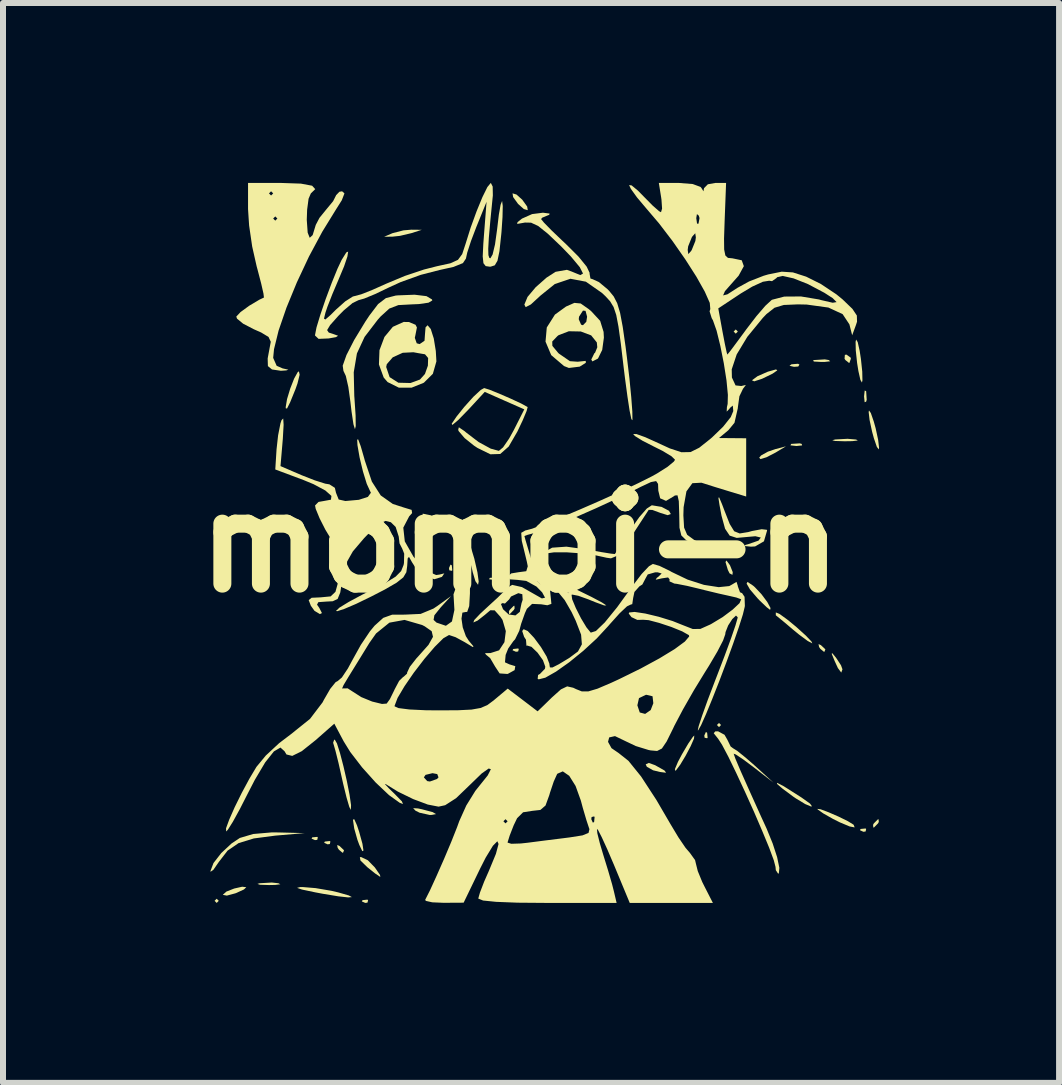
<source format=kicad_pcb>
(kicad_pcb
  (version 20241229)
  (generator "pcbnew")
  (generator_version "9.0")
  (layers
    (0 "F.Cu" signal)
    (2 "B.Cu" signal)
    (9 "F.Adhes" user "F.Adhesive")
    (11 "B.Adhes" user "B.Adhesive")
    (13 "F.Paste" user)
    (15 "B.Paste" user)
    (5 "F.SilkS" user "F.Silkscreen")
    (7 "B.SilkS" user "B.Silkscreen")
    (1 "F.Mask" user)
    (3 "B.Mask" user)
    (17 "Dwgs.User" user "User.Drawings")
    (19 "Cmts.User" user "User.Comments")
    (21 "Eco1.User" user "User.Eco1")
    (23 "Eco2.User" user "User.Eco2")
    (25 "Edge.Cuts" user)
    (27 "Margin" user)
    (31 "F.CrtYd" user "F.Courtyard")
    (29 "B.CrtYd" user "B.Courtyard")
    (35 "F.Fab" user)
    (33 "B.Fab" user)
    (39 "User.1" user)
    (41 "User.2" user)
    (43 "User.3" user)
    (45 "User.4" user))
  (footprint "momoi-n"
    (layer "F.Cu")
    (at 5.621 6.001)
    (property "Reference" "momoi-n" (at 0 0 0) (layer "F.SilkS") (effects (font (size 1.5 1.5) (thickness 0.3))))
    (attr board_only exclude_from_pos_files exclude_from_bom)
    (fp_poly (pts (xy -5.024 5.966) (xy -5.059 6.001) (xy -5.094 5.966) (xy -5.059 5.931)) (stroke (width 0) (type solid)) (fill yes) (layer "F.SilkS"))
    (fp_poly (pts (xy 3.349 3.035) (xy 3.315 3.07) (xy 3.28 3.035) (xy 3.315 3.001)) (stroke (width 0) (type solid)) (fill yes) (layer "F.SilkS"))
    (fp_poly (pts (xy 3.629 -3.524) (xy 3.594 -3.489) (xy 3.559 -3.524) (xy 3.594 -3.559)) (stroke (width 0) (type solid)) (fill yes) (layer "F.SilkS"))
    (fp_poly (pts (xy -3.373 4.908) (xy -3.382 4.949) (xy -3.419 4.954) (xy -3.477 4.929) (xy -3.466 4.908) (xy -3.383 4.9)) (stroke (width 0) (type solid)) (fill yes) (layer "F.SilkS"))
    (fp_poly (pts (xy -3.163 4.978) (xy -3.173 5.019) (xy -3.21 5.024) (xy -3.267 4.999) (xy -3.256 4.978) (xy -3.174 4.969)) (stroke (width 0) (type solid)) (fill yes) (layer "F.SilkS"))
    (fp_poly (pts (xy -2.535 5.955) (xy -2.545 5.996) (xy -2.582 6.001) (xy -2.639 5.976) (xy -2.628 5.955) (xy -2.546 5.946)) (stroke (width 0) (type solid)) (fill yes) (layer "F.SilkS"))
    (fp_poly (pts (xy -1.14 0.372) (xy -1.131 0.455) (xy -1.14 0.465) (xy -1.181 0.456) (xy -1.186 0.419) (xy -1.161 0.361)) (stroke (width 0) (type solid)) (fill yes) (layer "F.SilkS"))
    (fp_poly (pts (xy -0.331 0.582) (xy -0.323 0.607) (xy -0.419 0.617) (xy -0.518 0.606) (xy -0.506 0.582) (xy -0.363 0.573)) (stroke (width 0) (type solid)) (fill yes) (layer "F.SilkS"))
    (fp_poly (pts (xy -0.023 1.768) (xy -0.033 1.809) (xy -0.07 1.814) (xy -0.127 1.789) (xy -0.116 1.768) (xy -0.033 1.759)) (stroke (width 0) (type solid)) (fill yes) (layer "F.SilkS"))
    (fp_poly (pts (xy 3.117 3.163) (xy 3.125 3.246) (xy 3.117 3.256) (xy 3.075 3.247) (xy 3.07 3.21) (xy 3.096 3.152)) (stroke (width 0) (type solid)) (fill yes) (layer "F.SilkS"))
    (fp_poly (pts (xy 4.656 -2.973) (xy 4.636 -2.941) (xy 4.565 -2.936) (xy 4.49 -2.953) (xy 4.523 -2.978) (xy 4.632 -2.987)) (stroke (width 0) (type solid)) (fill yes) (layer "F.SilkS"))
    (fp_poly (pts (xy 4.693 -1.651) (xy 4.701 -1.626) (xy 4.605 -1.616) (xy 4.506 -1.627) (xy 4.518 -1.651) (xy 4.661 -1.66)) (stroke (width 0) (type solid)) (fill yes) (layer "F.SilkS"))
    (fp_poly (pts (xy 5.768 -2.53) (xy 5.777 -2.387) (xy 5.768 -2.355) (xy 5.743 -2.346) (xy 5.733 -2.442) (xy 5.744 -2.541)) (stroke (width 0) (type solid)) (fill yes) (layer "F.SilkS"))
    (fp_poly (pts (xy 5.768 4.768) (xy 5.759 4.81) (xy 5.722 4.815) (xy 5.665 4.789) (xy 5.675 4.768) (xy 5.758 4.76)) (stroke (width 0) (type solid)) (fill yes) (layer "F.SilkS"))
    (fp_poly (pts (xy -3.011 5.052) (xy -2.936 5.123) (xy -2.952 5.163) (xy -2.962 5.164) (xy -3.021 5.114) (xy -3.042 5.083) (xy -3.05 5.035)) (stroke (width 0) (type solid)) (fill yes) (layer "F.SilkS"))
    (fp_poly (pts (xy 3.498 0.372) (xy 3.544 0.487) (xy 3.539 0.532) (xy 3.491 0.507) (xy 3.463 0.451) (xy 3.423 0.318) (xy 3.439 0.292)) (stroke (width 0) (type solid)) (fill yes) (layer "F.SilkS"))
    (fp_poly (pts (xy 5.013 1.703) (xy 5.088 1.773) (xy 5.073 1.814) (xy 5.063 1.814) (xy 5.004 1.765) (xy 4.983 1.734) (xy 4.974 1.686)) (stroke (width 0) (type solid)) (fill yes) (layer "F.SilkS"))
    (fp_poly (pts (xy -4.03 5.673) (xy -3.997 5.69) (xy -4.084 5.701) (xy -4.187 5.703) (xy -4.338 5.698) (xy -4.379 5.684) (xy -4.344 5.673) (xy -4.14 5.661)) (stroke (width 0) (type solid)) (fill yes) (layer "F.SilkS"))
    (fp_poly (pts (xy -1.64 -5.22) (xy -1.814 -5.164) (xy -2.005 -5.119) (xy -2.128 -5.106) (xy -2.268 -5.104) (xy -2.128 -5.164) (xy -1.945 -5.211) (xy -1.814 -5.222)) (stroke (width 0) (type solid)) (fill yes) (layer "F.SilkS"))
    (fp_poly (pts (xy -0.092 1.092) (xy -0.105 1.116) (xy -0.17 1.183) (xy -0.183 1.186) (xy -0.187 1.141) (xy -0.174 1.116) (xy -0.109 1.05) (xy -0.096 1.047)) (stroke (width 0) (type solid)) (fill yes) (layer "F.SilkS"))
    (fp_poly (pts (xy -0.061 -5.808) (xy 0.035 -5.722) (xy 0.117 -5.608) (xy 0.127 -5.547) (xy 0.061 -5.566) (xy -0.035 -5.652) (xy -0.117 -5.766) (xy -0.127 -5.828)) (stroke (width 0) (type solid)) (fill yes) (layer "F.SilkS"))
    (fp_poly (pts (xy 2.25 3.705) (xy 2.407 3.794) (xy 2.433 3.831) (xy 2.33 3.818) (xy 2.216 3.79) (xy 2.112 3.731) (xy 2.093 3.691) (xy 2.145 3.667)) (stroke (width 0) (type solid)) (fill yes) (layer "F.SilkS"))
    (fp_poly (pts (xy 4.257 -1.506) (xy 4.106 -1.428) (xy 4.006 -1.398) (xy 3.985 -1.421) (xy 4.016 -1.458) (xy 4.131 -1.522) (xy 4.257 -1.565) (xy 4.431 -1.611)) (stroke (width 0) (type solid)) (fill yes) (layer "F.SilkS"))
    (fp_poly (pts (xy 5.146 -3.049) (xy 5.168 -3.028) (xy 5.072 -3.017) (xy 5.024 -3.017) (xy 4.897 -3.024) (xy 4.882 -3.042) (xy 4.902 -3.049) (xy 5.079 -3.06)) (stroke (width 0) (type solid)) (fill yes) (layer "F.SilkS"))
    (fp_poly (pts (xy 5.267 1.915) (xy 5.349 2.04) (xy 5.373 2.107) (xy 5.353 2.161) (xy 5.297 2.086) (xy 5.244 1.971) (xy 5.193 1.847) (xy 5.204 1.838)) (stroke (width 0) (type solid)) (fill yes) (layer "F.SilkS"))
    (fp_poly (pts (xy 5.51 -3.089) (xy 5.513 -3.07) (xy 5.489 -3.002) (xy 5.482 -3.001) (xy 5.422 -3.049) (xy 5.408 -3.07) (xy 5.413 -3.135) (xy 5.439 -3.14)) (stroke (width 0) (type solid)) (fill yes) (layer "F.SilkS"))
    (fp_poly (pts (xy 5.601 -1.724) (xy 5.629 -1.708) (xy 5.537 -1.697) (xy 5.408 -1.695) (xy 5.25 -1.7) (xy 5.203 -1.712) (xy 5.252 -1.725) (xy 5.458 -1.736)) (stroke (width 0) (type solid)) (fill yes) (layer "F.SilkS"))
    (fp_poly (pts (xy 5.979 4.651) (xy 5.966 4.675) (xy 5.9 4.742) (xy 5.888 4.745) (xy 5.883 4.7) (xy 5.896 4.675) (xy 5.962 4.609) (xy 5.974 4.605)) (stroke (width 0) (type solid)) (fill yes) (layer "F.SilkS"))
    (fp_poly (pts (xy -2.539 5.29) (xy -2.422 5.41) (xy -2.336 5.535) (xy -2.331 5.568) (xy -2.416 5.511) (xy -2.547 5.406) (xy -2.662 5.294) (xy -2.672 5.239) (xy -2.652 5.236)) (stroke (width 0) (type solid)) (fill yes) (layer "F.SilkS"))
    (fp_poly (pts (xy -1.703 4.426) (xy -1.64 4.439) (xy -1.459 4.487) (xy -1.402 4.52) (xy -1.476 4.534) (xy -1.506 4.535) (xy -1.677 4.497) (xy -1.745 4.463) (xy -1.784 4.421)) (stroke (width 0) (type solid)) (fill yes) (layer "F.SilkS"))
    (fp_poly (pts (xy -4.565 5.739) (xy -4.605 5.777) (xy -4.734 5.836) (xy -4.748 5.841) (xy -4.889 5.879) (xy -4.954 5.867) (xy -4.954 5.863) (xy -4.897 5.812) (xy -4.767 5.761) (xy -4.634 5.731)) (stroke (width 0) (type solid)) (fill yes) (layer "F.SilkS"))
    (fp_poly (pts (xy -2.72 4.707) (xy -2.685 4.812) (xy -2.629 5.015) (xy -2.612 5.128) (xy -2.631 5.139) (xy -2.682 5.032) (xy -2.713 4.948) (xy -2.766 4.76) (xy -2.787 4.616) (xy -2.787 4.613) (xy -2.766 4.605)) (stroke (width 0) (type solid)) (fill yes) (layer "F.SilkS"))
    (fp_poly (pts (xy 4.287 -2.877) (xy 4.208 -2.822) (xy 4.04 -2.74) (xy 4.025 -2.734) (xy 3.902 -2.694) (xy 3.866 -2.71) (xy 3.868 -2.714) (xy 3.956 -2.779) (xy 4.117 -2.85) (xy 4.133 -2.856) (xy 4.266 -2.893)) (stroke (width 0) (type solid)) (fill yes) (layer "F.SilkS"))
    (fp_poly (pts (xy -3.676 -2.804) (xy -3.712 -2.658) (xy -3.745 -2.564) (xy -3.835 -2.343) (xy -3.886 -2.241) (xy -3.907 -2.244) (xy -3.908 -2.266) (xy -3.886 -2.398) (xy -3.833 -2.573) (xy -3.768 -2.739) (xy -3.709 -2.846) (xy -3.688 -2.861)) (stroke (width 0) (type solid)) (fill yes) (layer "F.SilkS"))
    (fp_poly (pts (xy 2.898 3.262) (xy 2.842 3.389) (xy 2.758 3.548) (xy 2.669 3.696) (xy 2.599 3.79) (xy 2.587 3.8) (xy 2.58 3.77) (xy 2.631 3.649) (xy 2.696 3.526) (xy 2.801 3.347) (xy 2.879 3.233) (xy 2.903 3.21)) (stroke (width 0) (type solid)) (fill yes) (layer "F.SilkS"))
    (fp_poly (pts (xy 3.882 0.711) (xy 3.914 0.739) (xy 4.024 0.856) (xy 4.12 0.985) (xy 4.174 1.085) (xy 4.167 1.116) (xy 4.109 1.071) (xy 3.992 0.959) (xy 3.956 0.921) (xy 3.831 0.775) (xy 3.775 0.678) (xy 3.79 0.65)) (stroke (width 0) (type solid)) (fill yes) (layer "F.SilkS"))
    (fp_poly (pts (xy 4.387 4.052) (xy 4.431 4.079) (xy 4.689 4.243) (xy 4.832 4.345) (xy 4.865 4.39) (xy 4.848 4.393) (xy 4.752 4.353) (xy 4.597 4.259) (xy 4.55 4.227) (xy 4.374 4.096) (xy 4.282 4.017) (xy 4.284 3.999)) (stroke (width 0) (type solid)) (fill yes) (layer "F.SilkS"))
    (fp_poly (pts (xy 5.627 -3.348) (xy 5.66 -3.202) (xy 5.681 -3.065) (xy 5.703 -2.856) (xy 5.706 -2.711) (xy 5.698 -2.674) (xy 5.672 -2.718) (xy 5.639 -2.864) (xy 5.617 -3.001) (xy 5.595 -3.209) (xy 5.592 -3.354) (xy 5.601 -3.391)) (stroke (width 0) (type solid)) (fill yes) (layer "F.SilkS"))
    (fp_poly (pts (xy 5.846 -2.166) (xy 5.895 -2.024) (xy 5.926 -1.913) (xy 5.968 -1.718) (xy 5.983 -1.587) (xy 5.978 -1.559) (xy 5.946 -1.602) (xy 5.897 -1.745) (xy 5.867 -1.855) (xy 5.825 -2.05) (xy 5.81 -2.181) (xy 5.815 -2.209)) (stroke (width 0) (type solid)) (fill yes) (layer "F.SilkS"))
    (fp_poly (pts (xy -3.411 5.754) (xy -3.146 5.799) (xy -3.035 5.825) (xy -2.857 5.876) (xy -2.805 5.904) (xy -2.867 5.909) (xy -3.031 5.891) (xy -3.286 5.849) (xy -3.419 5.824) (xy -3.637 5.778) (xy -3.719 5.75) (xy -3.669 5.737) (xy -3.629 5.736)) (stroke (width 0) (type solid)) (fill yes) (layer "F.SilkS"))
    (fp_poly (pts (xy -1.493 -0.462) (xy -1.315 -0.399) (xy -1.138 -0.319) (xy -1.011 -0.243) (xy -0.977 -0.202) (xy -0.992 -0.145) (xy -0.994 -0.145) (xy -1.061 -0.176) (xy -1.216 -0.249) (xy -1.361 -0.319) (xy -1.534 -0.409) (xy -1.626 -0.47) (xy -1.624 -0.488)) (stroke (width 0) (type solid)) (fill yes) (layer "F.SilkS"))
    (fp_poly (pts (xy 4.326 1.185) (xy 4.461 1.283) (xy 4.605 1.402) (xy 4.763 1.545) (xy 4.857 1.644) (xy 4.87 1.675) (xy 4.792 1.633) (xy 4.649 1.527) (xy 4.556 1.451) (xy 4.398 1.317) (xy 4.288 1.227) (xy 4.262 1.206) (xy 4.262 1.158)) (stroke (width 0) (type solid)) (fill yes) (layer "F.SilkS"))
    (fp_poly (pts (xy 5.009 4.44) (xy 5.142 4.49) (xy 5.308 4.562) (xy 5.461 4.637) (xy 5.555 4.695) (xy 5.56 4.699) (xy 5.576 4.742) (xy 5.492 4.726) (xy 5.33 4.658) (xy 5.216 4.601) (xy 5.055 4.51) (xy 4.963 4.445) (xy 4.954 4.433)) (stroke (width 0) (type solid)) (fill yes) (layer "F.SilkS"))
    (fp_poly (pts (xy -4.033 4.826) (xy -3.594 4.837) (xy -4.082 4.879) (xy -4.44 4.926) (xy -4.694 5.004) (xy -4.877 5.129) (xy -5.023 5.318) (xy -5.028 5.325) (xy -5.113 5.448) (xy -5.16 5.481) (xy -5.163 5.47) (xy -5.112 5.336) (xy -4.982 5.169) (xy -4.811 5.01) (xy -4.673 4.918) (xy -4.451 4.852) (xy -4.138 4.825)) (stroke (width 0) (type solid)) (fill yes) (layer "F.SilkS"))
    (fp_poly (pts (xy -3.054 3.342) (xy -3.003 3.503) (xy -2.945 3.725) (xy -2.889 3.969) (xy -2.844 4.197) (xy -2.819 4.37) (xy -2.822 4.451) (xy -2.822 4.451) (xy -2.848 4.401) (xy -2.894 4.244) (xy -2.951 4.012) (xy -2.969 3.931) (xy -3.028 3.668) (xy -3.08 3.46) (xy -3.114 3.343) (xy -3.118 3.332) (xy -3.101 3.281) (xy -3.09 3.28)) (stroke (width 0) (type solid)) (fill yes) (layer "F.SilkS"))
    (fp_poly (pts (xy -0.821 0.073) (xy -0.762 0.269) (xy -0.762 0.271) (xy -0.712 0.49) (xy -0.691 0.644) (xy -0.702 0.698) (xy -0.746 0.637) (xy -0.791 0.486) (xy -0.799 0.448) (xy -0.839 0.291) (xy -0.888 0.249) (xy -0.946 0.283) (xy -1.028 0.318) (xy -1.043 0.264) (xy -0.984 0.171) (xy -0.917 0.049) (xy -0.896 -0.026) (xy -0.869 -0.033)) (stroke (width 0) (type solid)) (fill yes) (layer "F.SilkS"))
    (fp_poly (pts (xy 3.365 -0.647) (xy 3.403 -0.546) (xy 3.493 -0.317) (xy 3.568 -0.195) (xy 3.66 -0.158) (xy 3.801 -0.181) (xy 3.866 -0.199) (xy 4.027 -0.229) (xy 4.113 -0.219) (xy 4.117 -0.209) (xy 4.064 -0.027) (xy 3.917 0.058) (xy 3.848 0.062) (xy 3.736 0.051) (xy 3.758 0.032) (xy 3.803 0.02) (xy 3.974 -0.039) (xy 4.012 -0.09) (xy 3.922 -0.112) (xy 3.787 -0.1) (xy 3.61 -0.084) (xy 3.493 -0.122) (xy 3.416 -0.237) (xy 3.357 -0.453) (xy 3.324 -0.628) (xy 3.305 -0.752) (xy 3.317 -0.76)) (stroke (width 0) (type solid)) (fill yes) (layer "F.SilkS"))
    (fp_poly (pts (xy -1.561 -4.114) (xy -1.469 -4.059) (xy -1.465 -4.042) (xy -1.528 -4.005) (xy -1.688 -3.982) (xy -1.807 -3.977) (xy -2.03 -3.965) (xy -2.181 -3.907) (xy -2.327 -3.774) (xy -2.374 -3.721) (xy -2.593 -3.435) (xy -2.721 -3.159) (xy -2.774 -2.845) (xy -2.765 -2.448) (xy -2.763 -2.425) (xy -2.743 -2.124) (xy -2.741 -1.947) (xy -2.754 -1.897) (xy -2.779 -1.978) (xy -2.811 -2.193) (xy -2.83 -2.355) (xy -2.864 -2.599) (xy -2.906 -2.784) (xy -2.946 -2.869) (xy -2.958 -2.955) (xy -2.895 -3.133) (xy -2.767 -3.383) (xy -2.583 -3.686) (xy -2.514 -3.79) (xy -2.368 -3.982) (xy -2.237 -4.082) (xy -2.074 -4.124) (xy -2.041 -4.127) (xy -1.759 -4.138)) (stroke (width 0) (type solid)) (fill yes) (layer "F.SilkS"))
    (fp_poly (pts (xy 3.407 3.198) (xy 3.454 3.28) (xy 3.509 3.393) (xy 3.546 3.421) (xy 3.619 3.466) (xy 3.76 3.58) (xy 3.908 3.709) (xy 4.222 3.995) (xy 3.89 3.737) (xy 3.716 3.607) (xy 3.596 3.527) (xy 3.559 3.513) (xy 3.588 3.596) (xy 3.676 3.803) (xy 3.821 4.128) (xy 4.02 4.569) (xy 4.109 4.763) (xy 4.21 5.011) (xy 4.284 5.239) (xy 4.321 5.416) (xy 4.313 5.507) (xy 4.3 5.513) (xy 4.262 5.455) (xy 4.257 5.4) (xy 4.228 5.289) (xy 4.151 5.081) (xy 4.037 4.805) (xy 3.9 4.486) (xy 3.751 4.155) (xy 3.604 3.839) (xy 3.472 3.566) (xy 3.365 3.364) (xy 3.301 3.265) (xy 3.227 3.172) (xy 3.252 3.142) (xy 3.299 3.14)) (stroke (width 0) (type solid)) (fill yes) (layer "F.SilkS"))
    (fp_poly (pts (xy -0.513 -2.555) (xy -0.349 -2.489) (xy -0.156 -2.405) (xy 0.018 -2.324) (xy 0.122 -2.267) (xy 0.125 -2.265) (xy 0.108 -2.2) (xy 0.043 -2.045) (xy -0.046 -1.857) (xy -0.191 -1.607) (xy -0.332 -1.483) (xy -0.496 -1.478) (xy -0.71 -1.583) (xy -0.769 -1.622) (xy -0.926 -1.748) (xy -1.024 -1.863) (xy -1.033 -1.884) (xy -1.022 -1.928) (xy -0.927 -1.864) (xy -0.899 -1.84) (xy -0.692 -1.682) (xy -0.49 -1.572) (xy -0.355 -1.535) (xy -0.285 -1.593) (xy -0.184 -1.74) (xy -0.106 -1.881) (xy 0.069 -2.227) (xy -0.26 -2.372) (xy -0.59 -2.518) (xy -0.85 -2.236) (xy -1.031 -2.05) (xy -1.13 -1.967) (xy -1.141 -1.987) (xy -1.06 -2.107) (xy -0.931 -2.268) (xy -0.779 -2.437) (xy -0.656 -2.551) (xy -0.6 -2.582)) (stroke (width 0) (type solid)) (fill yes) (layer "F.SilkS"))
    (fp_poly (pts (xy -1.855 -3.683) (xy -1.744 -3.637) (xy -1.721 -3.592) (xy -1.746 -3.465) (xy -1.756 -3.419) (xy -1.724 -3.328) (xy -1.675 -3.315) (xy -1.594 -3.371) (xy -1.587 -3.472) (xy -1.577 -3.594) (xy -1.543 -3.629) (xy -1.49 -3.566) (xy -1.44 -3.409) (xy -1.406 -3.2) (xy -1.396 -3.027) (xy -1.455 -2.82) (xy -1.605 -2.671) (xy -1.808 -2.589) (xy -2.023 -2.589) (xy -2.21 -2.682) (xy -2.275 -2.758) (xy -2.339 -2.933) (xy -2.233 -2.933) (xy -2.176 -2.764) (xy -2.03 -2.671) (xy -1.828 -2.666) (xy -1.67 -2.724) (xy -1.587 -2.817) (xy -1.538 -2.955) (xy -1.534 -3.083) (xy -1.586 -3.145) (xy -1.587 -3.145) (xy -1.693 -3.163) (xy -1.779 -3.179) (xy -1.958 -3.17) (xy -2.124 -3.094) (xy -2.223 -2.98) (xy -2.233 -2.933) (xy -2.339 -2.933) (xy -2.354 -2.976) (xy -2.345 -3.213) (xy -2.262 -3.434) (xy -2.122 -3.603) (xy -1.942 -3.684)) (stroke (width 0) (type solid)) (fill yes) (layer "F.SilkS"))
    (fp_poly (pts (xy 1.009 -3.992) (xy 1.139 -3.901) (xy 1.182 -3.866) (xy 1.334 -3.702) (xy 1.391 -3.518) (xy 1.396 -3.422) (xy 1.368 -3.218) (xy 1.3 -3.079) (xy 1.291 -3.07) (xy 1.204 -3.026) (xy 1.186 -3.058) (xy 1.237 -3.162) (xy 1.249 -3.171) (xy 1.286 -3.262) (xy 1.278 -3.343) (xy 1.184 -3.46) (xy 1.011 -3.525) (xy 0.812 -3.529) (xy 0.64 -3.463) (xy 0.62 -3.447) (xy 0.535 -3.358) (xy 0.537 -3.285) (xy 0.631 -3.172) (xy 0.644 -3.158) (xy 0.83 -3.03) (xy 0.959 -3.021) (xy 1.093 -3.035) (xy 1.095 -3.003) (xy 0.993 -2.939) (xy 0.812 -2.917) (xy 0.731 -2.949) (xy 0.518 -3.131) (xy 0.423 -3.356) (xy 0.444 -3.592) (xy 0.531 -3.729) (xy 0.977 -3.729) (xy 1.016 -3.639) (xy 1.047 -3.629) (xy 1.103 -3.687) (xy 1.116 -3.772) (xy 1.09 -3.869) (xy 1.047 -3.873) (xy 0.982 -3.772) (xy 0.977 -3.729) (xy 0.531 -3.729) (xy 0.58 -3.807) (xy 0.765 -3.941) (xy 0.904 -4.002)) (stroke (width 0) (type solid)) (fill yes) (layer "F.SilkS"))
    (fp_poly (pts (xy 0.491 -5.491) (xy 0.484 -5.468) (xy 0.471 -5.465) (xy 0.368 -5.422) (xy 0.349 -5.399) (xy 0.397 -5.34) (xy 0.523 -5.211) (xy 0.705 -5.037) (xy 0.771 -4.975) (xy 0.974 -4.772) (xy 1.109 -4.606) (xy 1.159 -4.501) (xy 1.157 -4.49) (xy 1.172 -4.408) (xy 1.21 -4.396) (xy 1.313 -4.349) (xy 1.453 -4.233) (xy 1.482 -4.204) (xy 1.559 -4.11) (xy 1.618 -3.996) (xy 1.666 -3.836) (xy 1.71 -3.602) (xy 1.758 -3.268) (xy 1.78 -3.093) (xy 1.822 -2.74) (xy 1.852 -2.43) (xy 1.87 -2.192) (xy 1.872 -2.057) (xy 1.87 -2.046) (xy 1.854 -2.065) (xy 1.825 -2.203) (xy 1.789 -2.439) (xy 1.747 -2.752) (xy 1.725 -2.931) (xy 1.678 -3.325) (xy 1.639 -3.606) (xy 1.602 -3.8) (xy 1.558 -3.932) (xy 1.5 -4.028) (xy 1.421 -4.114) (xy 1.362 -4.169) (xy 1.096 -4.355) (xy 0.838 -4.404) (xy 0.578 -4.316) (xy 0.341 -4.125) (xy 0.179 -3.976) (xy 0.092 -3.931) (xy 0.07 -3.973) (xy 0.123 -4.101) (xy 0.259 -4.263) (xy 0.44 -4.423) (xy 0.591 -4.52) (xy 0.78 -4.553) (xy 0.857 -4.525) (xy 1.003 -4.465) (xy 1.048 -4.491) (xy 0.994 -4.597) (xy 0.846 -4.775) (xy 0.686 -4.941) (xy 0.46 -5.156) (xy 0.301 -5.283) (xy 0.182 -5.339) (xy 0.079 -5.341) (xy 0.07 -5.339) (xy -0.05 -5.318) (xy -0.044 -5.347) (xy 0.031 -5.407) (xy 0.199 -5.482) (xy 0.38 -5.505)) (stroke (width 0) (type solid)) (fill yes) (layer "F.SilkS"))
    (fp_poly (pts (xy -3.655 -5.99) (xy -3.468 -5.955) (xy -3.416 -5.898) (xy -3.489 -5.827) (xy -3.527 -5.738) (xy -3.551 -5.556) (xy -3.557 -5.386) (xy -3.542 -5.173) (xy -3.508 -5.087) (xy -3.459 -5.132) (xy -3.407 -5.302) (xy -3.345 -5.42) (xy -3.228 -5.564) (xy -3.227 -5.565) (xy -3.118 -5.697) (xy -3.07 -5.792) (xy -3.07 -5.795) (xy -3.014 -5.854) (xy -2.968 -5.862) (xy -2.929 -5.827) (xy -2.973 -5.713) (xy -3.072 -5.556) (xy -3.298 -5.189) (xy -3.52 -4.775) (xy -3.723 -4.342) (xy -3.896 -3.921) (xy -4.027 -3.54) (xy -4.103 -3.23) (xy -4.117 -3.085) (xy -4.059 -2.953) (xy -3.96 -2.91) (xy -3.864 -2.888) (xy -3.898 -2.876) (xy -3.989 -2.87) (xy -4.137 -2.892) (xy -4.205 -2.948) (xy -4.209 -3.075) (xy -4.18 -3.231) (xy -4.157 -3.353) (xy -4.194 -3.433) (xy -4.317 -3.508) (xy -4.441 -3.563) (xy -4.618 -3.655) (xy -4.72 -3.739) (xy -4.732 -3.774) (xy -4.661 -3.849) (xy -4.517 -3.954) (xy -4.349 -4.054) (xy -4.271 -4.091) (xy -4.279 -4.157) (xy -4.317 -4.324) (xy -4.378 -4.558) (xy -4.393 -4.613) (xy -4.467 -4.941) (xy -4.518 -5.291) (xy -4.526 -5.408) (xy -4.117 -5.408) (xy -4.082 -5.373) (xy -4.047 -5.408) (xy -4.082 -5.443) (xy -4.117 -5.408) (xy -4.526 -5.408) (xy -4.536 -5.564) (xy -4.536 -5.827) (xy -4.187 -5.827) (xy -4.152 -5.792) (xy -4.117 -5.827) (xy -4.152 -5.862) (xy -4.187 -5.827) (xy -4.536 -5.827) (xy -4.536 -6.001) (xy -3.977 -6.001)) (stroke (width 0) (type solid)) (fill yes) (layer "F.SilkS"))
    (fp_poly (pts (xy -0.458 -5.941) (xy -0.455 -5.793) (xy -0.457 -5.774) (xy -0.497 -5.372) (xy -0.522 -5.088) (xy -0.532 -4.903) (xy -0.529 -4.798) (xy -0.514 -4.752) (xy -0.496 -4.745) (xy -0.459 -4.809) (xy -0.419 -4.977) (xy -0.386 -5.214) (xy -0.383 -5.238) (xy -0.355 -5.473) (xy -0.326 -5.637) (xy -0.302 -5.698) (xy -0.3 -5.696) (xy -0.29 -5.616) (xy -0.294 -5.433) (xy -0.311 -5.184) (xy -0.316 -5.134) (xy -0.345 -4.864) (xy -0.378 -4.704) (xy -0.423 -4.628) (xy -0.491 -4.606) (xy -0.505 -4.605) (xy -0.574 -4.615) (xy -0.612 -4.663) (xy -0.624 -4.777) (xy -0.614 -4.986) (xy -0.602 -5.146) (xy -0.56 -5.687) (xy -0.73 -5.268) (xy -0.819 -5.034) (xy -0.882 -4.84) (xy -0.904 -4.74) (xy -0.954 -4.665) (xy -1.112 -4.601) (xy -1.343 -4.55) (xy -1.657 -4.469) (xy -1.995 -4.347) (xy -2.19 -4.258) (xy -2.415 -4.15) (xy -2.599 -4.074) (xy -2.695 -4.047) (xy -2.794 -3.999) (xy -2.94 -3.877) (xy -3.03 -3.786) (xy -3.168 -3.631) (xy -3.218 -3.548) (xy -3.19 -3.507) (xy -3.118 -3.484) (xy -3.035 -3.454) (xy -3.07 -3.431) (xy -3.192 -3.409) (xy -3.36 -3.402) (xy -3.419 -3.457) (xy -3.419 -3.468) (xy -3.395 -3.592) (xy -3.331 -3.804) (xy -3.242 -4.065) (xy -3.142 -4.333) (xy -3.046 -4.569) (xy -2.977 -4.716) (xy -2.898 -4.843) (xy -2.867 -4.857) (xy -2.88 -4.774) (xy -2.935 -4.611) (xy -3.029 -4.387) (xy -3.13 -4.149) (xy -3.213 -3.937) (xy -3.246 -3.838) (xy -3.27 -3.739) (xy -3.247 -3.725) (xy -3.159 -3.801) (xy -3.07 -3.89) (xy -2.916 -4.027) (xy -2.789 -4.108) (xy -2.754 -4.117) (xy -2.649 -4.145) (xy -2.46 -4.22) (xy -2.227 -4.324) (xy -2.222 -4.326) (xy -1.923 -4.451) (xy -1.603 -4.558) (xy -1.387 -4.613) (xy -1.163 -4.662) (xy -1.037 -4.719) (xy -0.966 -4.815) (xy -0.912 -4.979) (xy -0.825 -5.257) (xy -0.726 -5.529) (xy -0.629 -5.765) (xy -0.546 -5.933) (xy -0.49 -6.001) (xy -0.488 -6.001)) (stroke (width 0) (type solid)) (fill yes) (layer "F.SilkS"))
    (fp_poly (pts (xy -3.943 -1.971) (xy -3.956 -1.741) (xy -3.956 -1.739) (xy -3.995 -1.281) (xy -3.642 -1.129) (xy -3.425 -1.044) (xy -3.248 -0.988) (xy -3.18 -0.977) (xy -3.089 -0.919) (xy -3.07 -0.837) (xy -3.025 -0.724) (xy -2.913 -0.699) (xy -2.689 -0.719) (xy -2.538 -0.768) (xy -2.488 -0.837) (xy -2.501 -0.863) (xy -2.557 -0.985) (xy -2.62 -1.19) (xy -2.676 -1.423) (xy -2.712 -1.63) (xy -2.717 -1.723) (xy -2.7 -1.725) (xy -2.658 -1.614) (xy -2.6 -1.413) (xy -2.588 -1.369) (xy -2.472 -1.023) (xy -2.324 -0.792) (xy -2.123 -0.65) (xy -1.937 -0.59) (xy -1.809 -0.551) (xy -1.801 -0.498) (xy -1.85 -0.443) (xy -1.948 -0.255) (xy -1.923 -0.026) (xy -1.779 0.228) (xy -1.71 0.308) (xy -1.532 0.477) (xy -1.4 0.535) (xy -1.344 0.527) (xy -1.264 0.507) (xy -1.299 0.559) (xy -1.307 0.567) (xy -1.431 0.605) (xy -1.589 0.551) (xy -1.737 0.424) (xy -1.802 0.323) (xy -1.853 0.232) (xy -1.875 0.258) (xy -1.883 0.384) (xy -1.897 0.488) (xy -1.948 0.574) (xy -2.06 0.663) (xy -2.255 0.776) (xy -2.48 0.892) (xy -2.733 1.015) (xy -2.932 1.1) (xy -3.05 1.138) (xy -3.07 1.133) (xy -3.012 1.078) (xy -2.855 0.982) (xy -2.63 0.861) (xy -2.518 0.806) (xy -2.246 0.667) (xy -2.076 0.562) (xy -1.984 0.469) (xy -1.943 0.367) (xy -1.937 0.335) (xy -1.933 0.179) (xy -1.965 0.097) (xy -2.011 0.007) (xy -2.024 -0.106) (xy -2.075 -0.266) (xy -2.155 -0.345) (xy -2.243 -0.367) (xy -2.343 -0.325) (xy -2.484 -0.201) (xy -2.601 -0.08) (xy -2.789 0.141) (xy -2.897 0.332) (xy -2.954 0.55) (xy -2.964 0.616) (xy -2.999 0.827) (xy -3.043 0.934) (xy -3.124 0.972) (xy -3.225 0.977) (xy -3.364 0.987) (xy -3.386 1.029) (xy -3.349 1.082) (xy -3.304 1.169) (xy -3.338 1.186) (xy -3.428 1.132) (xy -3.489 1.047) (xy -3.525 0.953) (xy -3.476 0.914) (xy -3.326 0.907) (xy -3.159 0.891) (xy -3.079 0.815) (xy -3.044 0.689) (xy -3.006 0.406) (xy -3.01 0.181) (xy -3.055 0.048) (xy -3.071 0.034) (xy -3.147 -0.055) (xy -3.247 -0.221) (xy -3.343 -0.41) (xy -3.408 -0.568) (xy -3.419 -0.625) (xy -3.361 -0.684) (xy -3.28 -0.698) (xy -3.154 -0.721) (xy -3.146 -0.784) (xy -3.247 -0.874) (xy -3.445 -0.98) (xy -3.612 -1.049) (xy -4.082 -1.225) (xy -4.061 -1.559) (xy -4.035 -1.794) (xy -3.996 -1.992) (xy -3.978 -2.046) (xy -3.95 -2.075)) (stroke (width 0) (type solid)) (fill yes) (layer "F.SilkS"))
    (fp_poly (pts (xy 2.877 -5.983) (xy 3.007 -5.935) (xy 3.024 -5.914) (xy 3.056 -5.862) (xy 3.065 -5.914) (xy 3.129 -5.979) (xy 3.252 -6.001) (xy 3.433 -6.001) (xy 3.409 -5.373) (xy 3.399 -5.076) (xy 3.401 -4.891) (xy 3.421 -4.792) (xy 3.464 -4.752) (xy 3.535 -4.745) (xy 3.537 -4.745) (xy 3.694 -4.712) (xy 3.729 -4.614) (xy 3.642 -4.455) (xy 3.553 -4.355) (xy 3.414 -4.197) (xy 3.383 -4.126) (xy 3.456 -4.145) (xy 3.625 -4.254) (xy 3.816 -4.359) (xy 4.059 -4.454) (xy 4.134 -4.476) (xy 4.361 -4.522) (xy 4.547 -4.51) (xy 4.768 -4.439) (xy 5.013 -4.317) (xy 5.271 -4.145) (xy 5.374 -4.061) (xy 5.539 -3.902) (xy 5.613 -3.791) (xy 5.616 -3.688) (xy 5.598 -3.633) (xy 5.535 -3.462) (xy 5.489 -3.643) (xy 5.376 -3.814) (xy 5.139 -3.924) (xy 4.776 -3.974) (xy 4.629 -3.977) (xy 4.395 -3.967) (xy 4.241 -3.921) (xy 4.106 -3.815) (xy 4.045 -3.751) (xy 3.787 -3.436) (xy 3.61 -3.143) (xy 3.527 -2.894) (xy 3.53 -2.758) (xy 3.591 -2.626) (xy 3.687 -2.616) (xy 3.69 -2.617) (xy 3.763 -2.634) (xy 3.72 -2.576) (xy 3.716 -2.572) (xy 3.655 -2.445) (xy 3.629 -2.258) (xy 3.629 -2.248) (xy 3.573 -2.003) (xy 3.472 -1.88) (xy 3.315 -1.749) (xy 3.541 -1.747) (xy 3.768 -1.745) (xy 3.768 -1.259) (xy 3.768 -0.774) (xy 3.472 -0.864) (xy 3.25 -0.932) (xy 3.061 -0.992) (xy 3.022 -1.004) (xy 2.871 -0.996) (xy 2.772 -0.86) (xy 2.725 -0.596) (xy 2.721 -0.46) (xy 2.733 -0.255) (xy 2.784 -0.136) (xy 2.9 -0.051) (xy 2.927 -0.037) (xy 3.153 0.045) (xy 3.363 0.08) (xy 3.512 0.088) (xy 3.527 0.098) (xy 3.413 0.118) (xy 3.391 0.121) (xy 3.195 0.111) (xy 2.967 0.05) (xy 2.92 0.03) (xy 2.767 -0.046) (xy 2.687 -0.125) (xy 2.656 -0.253) (xy 2.652 -0.475) (xy 2.652 -0.478) (xy 2.645 -0.696) (xy 2.623 -0.794) (xy 2.578 -0.791) (xy 2.568 -0.782) (xy 2.432 -0.701) (xy 2.334 -0.744) (xy 2.303 -0.872) (xy 2.299 -0.984) (xy 2.267 -1.031) (xy 2.181 -1.015) (xy 2.01 -0.935) (xy 1.9 -0.879) (xy 1.602 -0.734) (xy 1.268 -0.58) (xy 0.93 -0.431) (xy 0.624 -0.303) (xy 0.383 -0.21) (xy 0.262 -0.172) (xy 0.124 -0.135) (xy 0.071 -0.115) (xy 0.089 -0.048) (xy 0.136 0.108) (xy 0.165 0.205) (xy 0.222 0.387) (xy 0.257 0.448) (xy 0.284 0.402) (xy 0.305 0.324) (xy 0.384 0.165) (xy 0.533 0.079) (xy 0.771 0.062) (xy 1.112 0.109) (xy 1.344 0.151) (xy 1.512 0.178) (xy 1.579 0.185) (xy 1.618 0.125) (xy 1.712 -0.021) (xy 1.84 -0.222) (xy 1.843 -0.227) (xy 1.985 -0.429) (xy 2.111 -0.573) (xy 2.195 -0.628) (xy 2.358 -0.601) (xy 2.481 -0.536) (xy 2.512 -0.482) (xy 2.459 -0.463) (xy 2.337 -0.501) (xy 2.204 -0.55) (xy 2.143 -0.552) (xy 2.098 -0.483) (xy 1.998 -0.33) (xy 1.865 -0.125) (xy 1.859 -0.115) (xy 1.71 0.102) (xy 1.604 0.219) (xy 1.514 0.257) (xy 1.443 0.247) (xy 1.247 0.204) (xy 1.009 0.173) (xy 0.77 0.156) (xy 0.568 0.156) (xy 0.442 0.174) (xy 0.419 0.194) (xy 0.395 0.321) (xy 0.376 0.379) (xy 0.385 0.448) (xy 0.475 0.531) (xy 0.663 0.641) (xy 0.917 0.766) (xy 1.188 0.899) (xy 1.363 0.992) (xy 1.437 1.041) (xy 1.401 1.042) (xy 1.251 0.987) (xy 1.138 0.941) (xy 0.971 0.881) (xy 0.868 0.861) (xy 0.857 0.865) (xy 0.867 0.939) (xy 0.928 1.085) (xy 1.015 1.257) (xy 1.106 1.408) (xy 1.176 1.494) (xy 1.178 1.495) (xy 1.263 1.468) (xy 1.411 1.325) (xy 1.616 1.073) (xy 1.873 0.718) (xy 1.884 0.703) (xy 2.026 0.517) (xy 2.147 0.389) (xy 2.212 0.35) (xy 2.322 0.382) (xy 2.49 0.463) (xy 2.526 0.484) (xy 2.791 0.611) (xy 3.065 0.699) (xy 3.31 0.737) (xy 3.486 0.719) (xy 3.524 0.698) (xy 3.607 0.649) (xy 3.628 0.714) (xy 3.629 0.724) (xy 3.665 0.822) (xy 3.7 0.837) (xy 3.741 0.898) (xy 3.746 1.046) (xy 3.744 1.064) (xy 3.713 1.192) (xy 3.645 1.406) (xy 3.55 1.681) (xy 3.438 1.989) (xy 3.319 2.305) (xy 3.202 2.602) (xy 3.098 2.855) (xy 3.017 3.037) (xy 2.969 3.122) (xy 2.961 3.124) (xy 2.976 3.054) (xy 3.034 2.878) (xy 3.126 2.621) (xy 3.245 2.308) (xy 3.282 2.212) (xy 3.409 1.881) (xy 3.515 1.592) (xy 3.59 1.373) (xy 3.625 1.251) (xy 3.626 1.238) (xy 3.598 1.211) (xy 3.536 1.27) (xy 3.468 1.375) (xy 3.424 1.486) (xy 3.419 1.524) (xy 3.383 1.626) (xy 3.288 1.81) (xy 3.149 2.046) (xy 3.08 2.156) (xy 2.896 2.457) (xy 2.715 2.774) (xy 2.571 3.047) (xy 2.55 3.092) (xy 2.442 3.31) (xy 2.363 3.427) (xy 2.283 3.468) (xy 2.172 3.458) (xy 2.139 3.451) (xy 1.928 3.386) (xy 1.764 3.308) (xy 1.581 3.22) (xy 1.484 3.242) (xy 1.465 3.316) (xy 1.523 3.421) (xy 1.641 3.502) (xy 1.805 3.632) (xy 2.016 3.893) (xy 2.271 4.284) (xy 2.506 4.687) (xy 2.638 4.907) (xy 2.757 5.082) (xy 2.83 5.167) (xy 2.916 5.287) (xy 2.931 5.35) (xy 2.961 5.47) (xy 3.036 5.653) (xy 3.072 5.725) (xy 3.213 6.001) (xy 2.52 6.001) (xy 1.827 6.001) (xy 1.566 5.372) (xy 1.453 5.108) (xy 1.359 4.903) (xy 1.298 4.785) (xy 1.28 4.767) (xy 1.287 4.841) (xy 1.329 5.009) (xy 1.387 5.204) (xy 1.466 5.46) (xy 1.533 5.691) (xy 1.563 5.809) (xy 1.608 6.001) (xy 0.455 6.001) (xy -0.042 5.997) (xy -0.4 5.983) (xy -0.618 5.961) (xy -0.697 5.929) (xy -0.698 5.927) (xy -0.67 5.828) (xy -0.6 5.646) (xy -0.52 5.464) (xy -0.404 5.183) (xy -0.36 5.018) (xy -0.37 4.996) (xy -0.209 4.996) (xy -0.147 5.015) (xy 0.01 5.01) (xy 0.122 4.998) (xy 0.401 4.962) (xy 0.713 4.923) (xy 0.823 4.909) (xy 1.039 4.875) (xy 1.14 4.834) (xy 1.155 4.771) (xy 1.148 4.752) (xy 1.105 4.622) (xy 1.1 4.605) (xy 1.186 4.605) (xy 1.212 4.663) (xy 1.233 4.652) (xy 1.241 4.569) (xy 1.233 4.559) (xy 1.191 4.569) (xy 1.186 4.605) (xy 1.1 4.605) (xy 1.044 4.415) (xy 1.012 4.295) (xy 0.924 4.051) (xy 0.818 3.882) (xy 0.711 3.808) (xy 0.621 3.847) (xy 0.615 3.855) (xy 0.56 3.977) (xy 0.497 4.165) (xy 0.486 4.204) (xy 0.423 4.377) (xy 0.337 4.451) (xy 0.203 4.466) (xy 0.049 4.49) (xy -0.051 4.589) (xy -0.108 4.708) (xy -0.174 4.877) (xy -0.208 4.986) (xy -0.209 4.996) (xy -0.37 4.996) (xy -0.38 4.973) (xy -0.454 5.048) (xy -0.575 5.247) (xy -0.665 5.424) (xy -0.942 5.997) (xy -1.278 5.999) (xy -1.465 5.991) (xy -1.572 5.967) (xy -1.583 5.949) (xy -1.504 5.793) (xy -1.393 5.55) (xy -1.267 5.264) (xy -1.147 4.979) (xy -1.051 4.737) (xy -1.016 4.64) (xy -0.279 4.64) (xy -0.244 4.675) (xy -0.209 4.64) (xy -0.244 4.605) (xy -0.279 4.64) (xy -1.016 4.64) (xy -1.013 4.633) (xy -0.898 4.377) (xy -0.747 4.133) (xy -0.695 4.068) (xy -0.541 3.876) (xy -0.488 3.772) (xy -0.524 3.76) (xy -0.64 3.842) (xy -0.825 4.021) (xy -0.834 4.03) (xy -1.068 4.255) (xy -1.25 4.372) (xy -1.36 4.396) (xy -1.54 4.361) (xy -1.783 4.27) (xy -2.039 4.145) (xy -2.238 4.022) (xy -2.256 4.018) (xy -2.187 4.092) (xy -2.098 4.178) (xy -1.972 4.307) (xy -1.953 4.353) (xy -2.006 4.333) (xy -2.187 4.203) (xy -2.409 3.993) (xy -2.485 3.908) (xy -1.605 3.908) (xy -1.549 3.97) (xy -1.504 3.977) (xy -1.386 3.935) (xy -1.361 3.908) (xy -1.382 3.853) (xy -1.461 3.838) (xy -1.577 3.866) (xy -1.605 3.908) (xy -2.485 3.908) (xy -2.635 3.741) (xy -2.832 3.485) (xy -2.942 3.307) (xy -3.098 3.013) (xy -3.408 3.286) (xy -3.64 3.471) (xy -3.799 3.55) (xy -3.896 3.526) (xy -3.928 3.472) (xy -3.996 3.411) (xy -4.105 3.475) (xy -4.25 3.658) (xy -4.424 3.951) (xy -4.536 4.168) (xy -4.672 4.435) (xy -4.789 4.648) (xy -4.872 4.78) (xy -4.901 4.81) (xy -4.903 4.757) (xy -4.85 4.612) (xy -4.759 4.406) (xy -4.642 4.169) (xy -4.514 3.931) (xy -4.396 3.733) (xy -4.24 3.544) (xy -4.017 3.337) (xy -3.822 3.189) (xy -3.503 2.933) (xy -3.294 2.658) (xy -3.271 2.614) (xy -3.167 2.434) (xy -3.164 2.43) (xy -2.97 2.43) (xy -2.961 2.425) (xy -2.875 2.424) (xy -2.787 2.481) (xy -2.648 2.57) (xy -2.467 2.644) (xy -2.303 2.684) (xy -2.225 2.678) (xy -2.171 2.603) (xy -2.098 2.454) (xy -2.094 2.444) (xy -2.017 2.299) (xy -1.949 2.233) (xy -1.945 2.233) (xy -1.886 2.179) (xy -1.884 2.16) (xy -1.84 2.066) (xy -1.731 1.926) (xy -1.705 1.898) (xy -1.528 1.699) (xy -1.453 1.565) (xy -1.475 1.471) (xy -1.591 1.39) (xy -1.634 1.368) (xy -1.927 1.283) (xy -2.18 1.329) (xy -2.402 1.509) (xy -2.514 1.668) (xy -2.662 1.909) (xy -2.809 2.147) (xy -2.862 2.233) (xy -2.944 2.37) (xy -2.97 2.43) (xy -3.164 2.43) (xy -3.076 2.321) (xy -3.041 2.302) (xy -2.972 2.243) (xy -2.872 2.093) (xy -2.791 1.943) (xy -2.655 1.698) (xy -2.503 1.472) (xy -2.427 1.38) (xy -2.282 1.249) (xy -2.134 1.196) (xy -1.922 1.195) (xy -1.659 1.183) (xy -1.445 1.094) (xy -1.379 1.05) (xy -1.151 0.885) (xy -1.324 1.074) (xy -1.43 1.206) (xy -1.443 1.283) (xy -1.394 1.328) (xy -1.238 1.381) (xy -1.137 1.309) (xy -1.096 1.117) (xy -1.111 0.857) (xy -1.073 0.75) (xy -0.979 0.631) (xy -0.837 0.488) (xy -0.837 0.841) (xy -0.849 1.052) (xy -0.883 1.15) (xy -0.907 1.151) (xy -0.963 1.162) (xy -0.978 1.262) (xy -0.957 1.407) (xy -0.905 1.554) (xy -0.855 1.632) (xy -0.777 1.725) (xy -0.79 1.735) (xy -0.906 1.665) (xy -0.922 1.655) (xy -1.077 1.571) (xy -1.185 1.535) (xy -1.186 1.535) (xy -1.28 1.589) (xy -1.424 1.732) (xy -1.596 1.933) (xy -1.772 2.162) (xy -1.928 2.389) (xy -2.043 2.583) (xy -2.093 2.715) (xy -2.093 2.724) (xy -2.028 2.753) (xy -1.847 2.776) (xy -1.574 2.789) (xy -1.366 2.791) (xy -1.035 2.789) (xy -0.81 2.778) (xy -0.659 2.751) (xy -0.547 2.703) (xy -0.443 2.626) (xy -0.423 2.609) (xy -0.207 2.428) (xy 0.042 2.617) (xy 0.291 2.807) (xy 0.395 2.707) (xy 1.954 2.707) (xy 1.994 2.826) (xy 2.084 2.85) (xy 2.176 2.786) (xy 2.22 2.672) (xy 2.207 2.556) (xy 2.102 2.531) (xy 2.098 2.531) (xy 1.981 2.587) (xy 1.954 2.707) (xy 0.395 2.707) (xy 0.528 2.577) (xy 0.68 2.441) (xy 0.784 2.391) (xy 0.885 2.414) (xy 0.933 2.437) (xy 1.028 2.475) (xy 1.136 2.475) (xy 1.288 2.43) (xy 1.517 2.332) (xy 1.649 2.271) (xy 2.007 2.095) (xy 2.322 1.924) (xy 2.575 1.77) (xy 2.746 1.644) (xy 2.818 1.559) (xy 2.813 1.537) (xy 2.701 1.474) (xy 2.519 1.4) (xy 2.317 1.333) (xy 2.142 1.287) (xy 2.043 1.28) (xy 2.039 1.281) (xy 1.953 1.283) (xy 1.856 1.237) (xy 1.81 1.177) (xy 1.818 1.159) (xy 1.908 1.15) (xy 2.087 1.177) (xy 2.312 1.231) (xy 2.542 1.302) (xy 2.712 1.37) (xy 2.878 1.435) (xy 3.005 1.433) (xy 3.168 1.36) (xy 3.187 1.35) (xy 3.376 1.236) (xy 3.543 1.111) (xy 3.657 1.004) (xy 3.685 0.94) (xy 3.684 0.939) (xy 3.605 0.91) (xy 3.487 0.883) (xy 3.312 0.844) (xy 3.08 0.788) (xy 3.001 0.768) (xy 2.785 0.716) (xy 2.612 0.682) (xy 2.57 0.677) (xy 2.489 0.64) (xy 2.491 0.606) (xy 2.466 0.575) (xy 2.364 0.59) (xy 2.26 0.613) (xy 2.277 0.583) (xy 2.303 0.564) (xy 2.359 0.509) (xy 2.293 0.49) (xy 2.25 0.49) (xy 2.127 0.525) (xy 2.093 0.586) (xy 2.037 0.693) (xy 1.989 0.723) (xy 1.905 0.817) (xy 1.884 0.917) (xy 1.869 1.02) (xy 1.842 1.028) (xy 1.781 1.057) (xy 1.658 1.173) (xy 1.498 1.351) (xy 1.465 1.389) (xy 1.276 1.593) (xy 1.052 1.799) (xy 0.817 1.99) (xy 0.598 2.145) (xy 0.42 2.246) (xy 0.309 2.274) (xy 0.292 2.265) (xy 0.299 2.201) (xy 0.331 2.183) (xy 0.413 2.098) (xy 0.419 2.063) (xy 0.38 1.955) (xy 0.29 1.829) (xy 0.189 1.732) (xy 0.116 1.71) (xy 0.115 1.711) (xy 0.098 1.708) (xy 0.104 1.699) (xy 0.097 1.613) (xy 0.066 1.565) (xy 0.034 1.468) (xy 0.058 1.438) (xy 0.126 1.468) (xy 0.232 1.581) (xy 0.347 1.736) (xy 0.442 1.895) (xy 0.488 2.016) (xy 0.488 2.028) (xy 0.496 2.075) (xy 0.539 2.076) (xy 0.645 2.022) (xy 0.819 1.917) (xy 0.964 1.809) (xy 1.029 1.69) (xy 1.016 1.529) (xy 0.926 1.296) (xy 0.858 1.153) (xy 0.742 0.952) (xy 0.63 0.816) (xy 0.611 0.802) (xy 0.768 0.802) (xy 0.802 0.837) (xy 0.837 0.802) (xy 0.802 0.768) (xy 0.768 0.802) (xy 0.611 0.802) (xy 0.543 0.757) (xy 0.498 0.789) (xy 0.511 0.915) (xy 0.521 1.016) (xy 0.453 1.039) (xy 0.352 1.023) (xy 0.199 1.016) (xy 0.112 1.098) (xy 0.079 1.172) (xy 0.017 1.347) (xy -0.015 1.465) (xy -0.084 1.606) (xy -0.115 1.64) (xy -0.199 1.76) (xy -0.242 1.867) (xy -0.253 1.99) (xy -0.179 2.024) (xy -0.081 2.054) (xy -0.092 2.12) (xy -0.204 2.182) (xy -0.213 2.184) (xy -0.342 2.175) (xy -0.418 2.06) (xy -0.5 1.92) (xy -0.571 1.861) (xy -0.585 1.837) (xy -0.495 1.836) (xy -0.351 1.79) (xy -0.262 1.654) (xy -0.239 1.47) (xy -0.294 1.283) (xy -0.329 1.231) (xy -0.425 1.124) (xy -0.497 1.122) (xy -0.588 1.199) (xy -0.709 1.294) (xy -0.78 1.326) (xy -0.765 1.285) (xy -0.665 1.179) (xy -0.541 1.064) (xy -0.491 1.018) (xy -0.32 1.018) (xy -0.285 1.105) (xy -0.19 1.193) (xy -0.078 1.208) (xy -0.005 1.148) (xy 0 1.115) (xy 0.023 1.005) (xy 0.042 0.948) (xy 0.036 0.855) (xy -0.03 0.837) (xy -0.152 0.893) (xy -0.184 0.942) (xy -0.253 1.01) (xy -0.293 1.003) (xy -0.32 1.018) (xy -0.491 1.018) (xy -0.375 0.912) (xy -0.257 0.795) (xy -0.221 0.75) (xy -0.132 0.699) (xy 0.03 0.736) (xy 0.216 0.842) (xy 0.362 0.925) (xy 0.415 0.913) (xy 0.367 0.824) (xy 0.272 0.727) (xy 0.105 0.635) (xy 0.279 0.635) (xy 0.338 0.686) (xy 0.419 0.698) (xy 0.532 0.687) (xy 0.558 0.671) (xy 0.501 0.634) (xy 0.419 0.608) (xy 0.307 0.604) (xy 0.279 0.635) (xy 0.105 0.635) (xy 0.102 0.633) (xy -0.042 0.616) (xy -0.169 0.607) (xy -0.209 0.563) (xy -0.149 0.508) (xy -0.027 0.488) (xy 0.102 0.471) (xy 0.127 0.389) (xy 0.112 0.314) (xy 0.06 0.099) (xy 0.027 -0.035) (xy 0.018 -0.169) (xy 0.088 -0.209) (xy 0.092 -0.209) (xy 0.198 -0.237) (xy 0.403 -0.313) (xy 0.68 -0.424) (xy 1.002 -0.56) (xy 1.343 -0.709) (xy 1.673 -0.858) (xy 1.968 -0.996) (xy 2.199 -1.112) (xy 2.285 -1.16) (xy 2.457 -1.269) (xy 2.564 -1.358) (xy 2.582 -1.387) (xy 2.524 -1.444) (xy 2.375 -1.534) (xy 2.233 -1.605) (xy 2.041 -1.703) (xy 1.914 -1.782) (xy 1.884 -1.816) (xy 1.94 -1.815) (xy 2.085 -1.763) (xy 2.216 -1.704) (xy 2.495 -1.576) (xy 2.69 -1.512) (xy 2.84 -1.515) (xy 2.985 -1.587) (xy 3.166 -1.731) (xy 3.199 -1.759) (xy 3.383 -1.937) (xy 3.511 -2.098) (xy 3.553 -2.198) (xy 3.545 -2.29) (xy 3.5 -2.253) (xy 3.486 -2.233) (xy 3.443 -2.189) (xy 3.447 -2.265) (xy 3.459 -2.317) (xy 3.463 -2.468) (xy 3.44 -2.709) (xy 3.395 -2.995) (xy 3.337 -3.286) (xy 3.275 -3.538) (xy 3.214 -3.711) (xy 3.193 -3.748) (xy 3.158 -3.861) (xy 3.17 -3.9) (xy 3.169 -3.91) (xy 3.303 -3.91) (xy 3.373 -3.525) (xy 3.413 -3.316) (xy 3.443 -3.176) (xy 3.454 -3.14) (xy 3.497 -3.192) (xy 3.6 -3.33) (xy 3.744 -3.525) (xy 3.773 -3.565) (xy 3.939 -3.781) (xy 4.088 -3.954) (xy 4.192 -4.05) (xy 4.199 -4.054) (xy 4.403 -4.107) (xy 4.681 -4.109) (xy 4.981 -4.059) (xy 5.02 -4.048) (xy 5.211 -4.004) (xy 5.275 -4.015) (xy 5.21 -4.081) (xy 5.072 -4.17) (xy 4.8 -4.314) (xy 4.559 -4.41) (xy 4.377 -4.451) (xy 4.281 -4.429) (xy 4.276 -4.418) (xy 4.199 -4.364) (xy 4.151 -4.371) (xy 4.046 -4.354) (xy 3.869 -4.273) (xy 3.679 -4.159) (xy 3.303 -3.91) (xy 3.169 -3.91) (xy 3.161 -4.002) (xy 3.078 -4.189) (xy 2.938 -4.438) (xy 2.754 -4.726) (xy 2.643 -4.885) (xy 2.793 -4.885) (xy 2.803 -4.815) (xy 2.85 -4.867) (xy 2.861 -4.885) (xy 2.921 -5.034) (xy 2.929 -5.094) (xy 2.919 -5.163) (xy 2.872 -5.111) (xy 2.861 -5.094) (xy 2.801 -4.945) (xy 2.793 -4.885) (xy 2.643 -4.885) (xy 2.542 -5.03) (xy 2.316 -5.326) (xy 2.241 -5.414) (xy 2.936 -5.414) (xy 2.949 -5.323) (xy 2.973 -5.322) (xy 2.99 -5.416) (xy 2.978 -5.456) (xy 2.947 -5.482) (xy 2.936 -5.414) (xy 2.241 -5.414) (xy 2.098 -5.582) (xy 1.948 -5.76) (xy 1.846 -5.902) (xy 1.816 -5.966) (xy 1.859 -5.96) (xy 1.966 -5.871) (xy 2.061 -5.774) (xy 2.208 -5.625) (xy 2.315 -5.531) (xy 2.348 -5.513) (xy 2.366 -5.573) (xy 2.356 -5.722) (xy 2.351 -5.757) (xy 2.312 -6.001) (xy 2.65 -6.001)) (stroke (width 0) (type solid)) (fill yes) (layer "F.SilkS")))
  (gr_rect
    (start -3 -3)
    (end 14.605 15.002)
    (stroke (width 0.1) (type default))
    (fill no)
    (layer "Edge.Cuts")))
</source>
